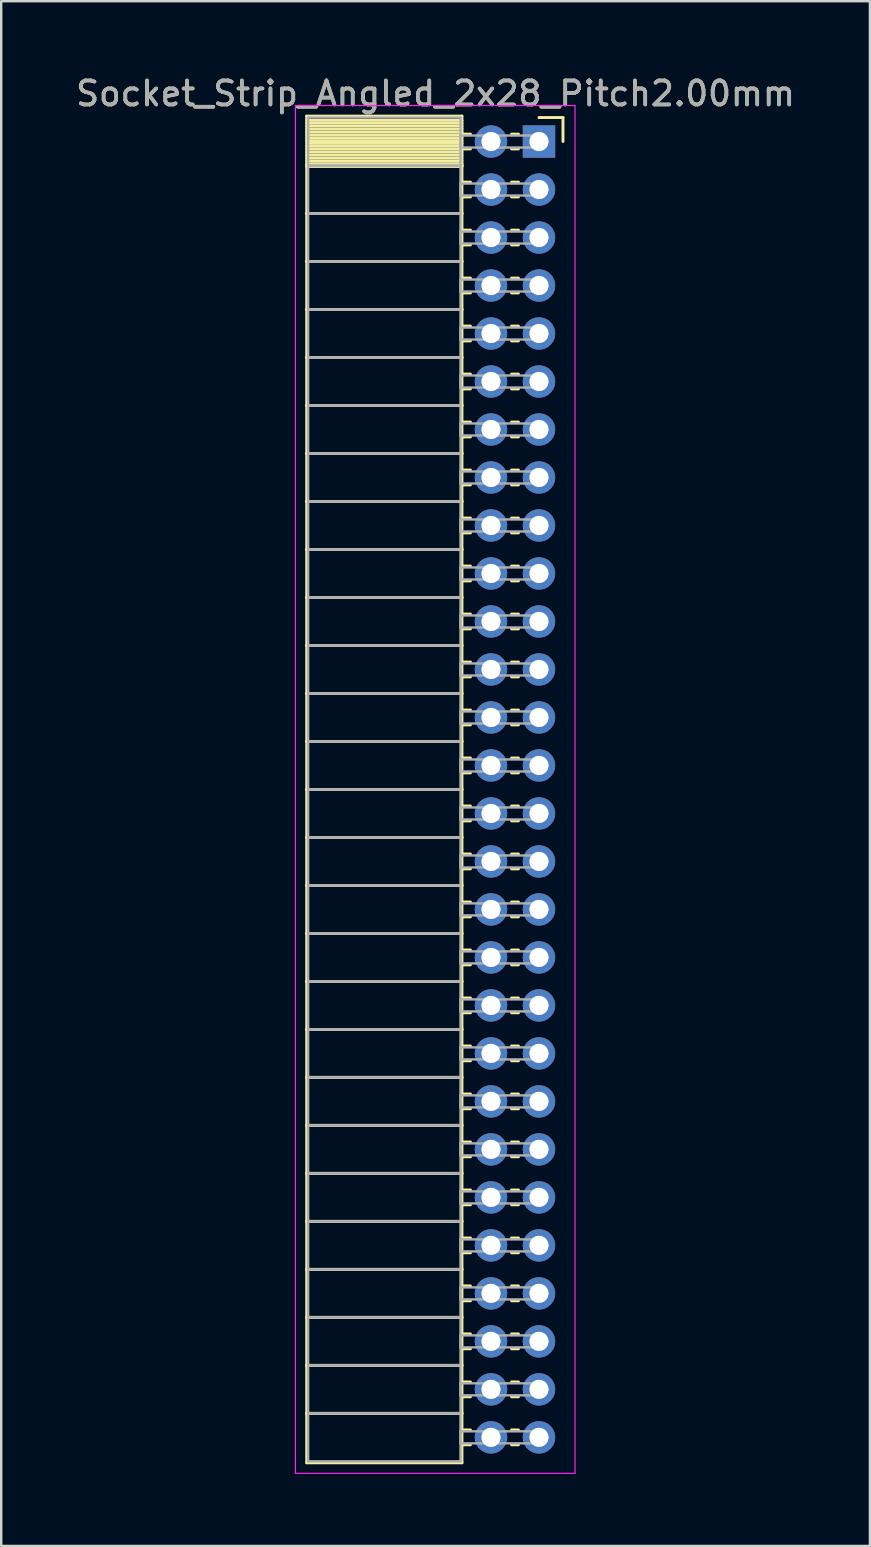
<source format=kicad_pcb>
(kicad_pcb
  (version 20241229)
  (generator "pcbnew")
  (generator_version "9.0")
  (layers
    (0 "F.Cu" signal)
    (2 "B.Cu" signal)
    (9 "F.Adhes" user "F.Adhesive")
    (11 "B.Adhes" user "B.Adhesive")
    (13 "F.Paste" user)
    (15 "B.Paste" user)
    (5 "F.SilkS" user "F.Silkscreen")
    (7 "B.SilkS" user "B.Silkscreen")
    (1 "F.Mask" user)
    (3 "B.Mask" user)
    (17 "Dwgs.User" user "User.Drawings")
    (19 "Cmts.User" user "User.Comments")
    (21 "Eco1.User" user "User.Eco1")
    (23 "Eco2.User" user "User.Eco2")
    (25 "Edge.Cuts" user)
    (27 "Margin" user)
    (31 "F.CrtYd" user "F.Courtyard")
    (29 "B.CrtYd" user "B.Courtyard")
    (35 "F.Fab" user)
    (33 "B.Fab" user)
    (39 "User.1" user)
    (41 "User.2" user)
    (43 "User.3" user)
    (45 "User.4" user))
  (footprint "Socket_Strip_Angled_2x28_Pitch2.00mm"
    (layer "F.Cu")
    (at 19.411 2.848)
    (property "Reference" "Socket_Strip_Angled_2x28_Pitch2.00mm" (at -4.31 -2 0) (layer "F.SilkS") (effects (font (size 1 1) (thickness 0.15))))
    (attr through_hole)
    (fp_line (start -9.68 -1.06) (end -3.21 -1.06) (stroke (width 0.12) (type solid)) (layer "F.SilkS"))
    (fp_line (start -9.68 1) (end -9.68 -1.06) (stroke (width 0.12) (type solid)) (layer "F.SilkS"))
    (fp_line (start -9.68 1) (end -3.21 1) (stroke (width 0.12) (type solid)) (layer "F.SilkS"))
    (fp_line (start -9.68 3) (end -9.68 1) (stroke (width 0.12) (type solid)) (layer "F.SilkS"))
    (fp_line (start -9.68 3) (end -3.21 3) (stroke (width 0.12) (type solid)) (layer "F.SilkS"))
    (fp_line (start -9.68 5) (end -9.68 3) (stroke (width 0.12) (type solid)) (layer "F.SilkS"))
    (fp_line (start -9.68 5) (end -3.21 5) (stroke (width 0.12) (type solid)) (layer "F.SilkS"))
    (fp_line (start -9.68 7) (end -9.68 5) (stroke (width 0.12) (type solid)) (layer "F.SilkS"))
    (fp_line (start -9.68 7) (end -3.21 7) (stroke (width 0.12) (type solid)) (layer "F.SilkS"))
    (fp_line (start -9.68 9) (end -9.68 7) (stroke (width 0.12) (type solid)) (layer "F.SilkS"))
    (fp_line (start -9.68 9) (end -3.21 9) (stroke (width 0.12) (type solid)) (layer "F.SilkS"))
    (fp_line (start -9.68 11) (end -9.68 9) (stroke (width 0.12) (type solid)) (layer "F.SilkS"))
    (fp_line (start -9.68 11) (end -3.21 11) (stroke (width 0.12) (type solid)) (layer "F.SilkS"))
    (fp_line (start -9.68 13) (end -9.68 11) (stroke (width 0.12) (type solid)) (layer "F.SilkS"))
    (fp_line (start -9.68 13) (end -3.21 13) (stroke (width 0.12) (type solid)) (layer "F.SilkS"))
    (fp_line (start -9.68 15) (end -9.68 13) (stroke (width 0.12) (type solid)) (layer "F.SilkS"))
    (fp_line (start -9.68 15) (end -3.21 15) (stroke (width 0.12) (type solid)) (layer "F.SilkS"))
    (fp_line (start -9.68 17) (end -9.68 15) (stroke (width 0.12) (type solid)) (layer "F.SilkS"))
    (fp_line (start -9.68 17) (end -3.21 17) (stroke (width 0.12) (type solid)) (layer "F.SilkS"))
    (fp_line (start -9.68 19) (end -9.68 17) (stroke (width 0.12) (type solid)) (layer "F.SilkS"))
    (fp_line (start -9.68 19) (end -3.21 19) (stroke (width 0.12) (type solid)) (layer "F.SilkS"))
    (fp_line (start -9.68 21) (end -9.68 19) (stroke (width 0.12) (type solid)) (layer "F.SilkS"))
    (fp_line (start -9.68 21) (end -3.21 21) (stroke (width 0.12) (type solid)) (layer "F.SilkS"))
    (fp_line (start -9.68 23) (end -9.68 21) (stroke (width 0.12) (type solid)) (layer "F.SilkS"))
    (fp_line (start -9.68 23) (end -3.21 23) (stroke (width 0.12) (type solid)) (layer "F.SilkS"))
    (fp_line (start -9.68 25) (end -9.68 23) (stroke (width 0.12) (type solid)) (layer "F.SilkS"))
    (fp_line (start -9.68 25) (end -3.21 25) (stroke (width 0.12) (type solid)) (layer "F.SilkS"))
    (fp_line (start -9.68 27) (end -9.68 25) (stroke (width 0.12) (type solid)) (layer "F.SilkS"))
    (fp_line (start -9.68 27) (end -3.21 27) (stroke (width 0.12) (type solid)) (layer "F.SilkS"))
    (fp_line (start -9.68 29) (end -9.68 27) (stroke (width 0.12) (type solid)) (layer "F.SilkS"))
    (fp_line (start -9.68 29) (end -3.21 29) (stroke (width 0.12) (type solid)) (layer "F.SilkS"))
    (fp_line (start -9.68 31) (end -9.68 29) (stroke (width 0.12) (type solid)) (layer "F.SilkS"))
    (fp_line (start -9.68 31) (end -3.21 31) (stroke (width 0.12) (type solid)) (layer "F.SilkS"))
    (fp_line (start -9.68 33) (end -9.68 31) (stroke (width 0.12) (type solid)) (layer "F.SilkS"))
    (fp_line (start -9.68 33) (end -3.21 33) (stroke (width 0.12) (type solid)) (layer "F.SilkS"))
    (fp_line (start -9.68 35) (end -9.68 33) (stroke (width 0.12) (type solid)) (layer "F.SilkS"))
    (fp_line (start -9.68 35) (end -3.21 35) (stroke (width 0.12) (type solid)) (layer "F.SilkS"))
    (fp_line (start -9.68 37) (end -9.68 35) (stroke (width 0.12) (type solid)) (layer "F.SilkS"))
    (fp_line (start -9.68 37) (end -3.21 37) (stroke (width 0.12) (type solid)) (layer "F.SilkS"))
    (fp_line (start -9.68 39) (end -9.68 37) (stroke (width 0.12) (type solid)) (layer "F.SilkS"))
    (fp_line (start -9.68 39) (end -3.21 39) (stroke (width 0.12) (type solid)) (layer "F.SilkS"))
    (fp_line (start -9.68 41) (end -9.68 39) (stroke (width 0.12) (type solid)) (layer "F.SilkS"))
    (fp_line (start -9.68 41) (end -3.21 41) (stroke (width 0.12) (type solid)) (layer "F.SilkS"))
    (fp_line (start -9.68 43) (end -9.68 41) (stroke (width 0.12) (type solid)) (layer "F.SilkS"))
    (fp_line (start -9.68 43) (end -3.21 43) (stroke (width 0.12) (type solid)) (layer "F.SilkS"))
    (fp_line (start -9.68 45) (end -9.68 43) (stroke (width 0.12) (type solid)) (layer "F.SilkS"))
    (fp_line (start -9.68 45) (end -3.21 45) (stroke (width 0.12) (type solid)) (layer "F.SilkS"))
    (fp_line (start -9.68 47) (end -9.68 45) (stroke (width 0.12) (type solid)) (layer "F.SilkS"))
    (fp_line (start -9.68 47) (end -3.21 47) (stroke (width 0.12) (type solid)) (layer "F.SilkS"))
    (fp_line (start -9.68 49) (end -9.68 47) (stroke (width 0.12) (type solid)) (layer "F.SilkS"))
    (fp_line (start -9.68 49) (end -3.21 49) (stroke (width 0.12) (type solid)) (layer "F.SilkS"))
    (fp_line (start -9.68 51) (end -9.68 49) (stroke (width 0.12) (type solid)) (layer "F.SilkS"))
    (fp_line (start -9.68 51) (end -3.21 51) (stroke (width 0.12) (type solid)) (layer "F.SilkS"))
    (fp_line (start -9.68 53) (end -9.68 51) (stroke (width 0.12) (type solid)) (layer "F.SilkS"))
    (fp_line (start -9.68 53) (end -3.21 53) (stroke (width 0.12) (type solid)) (layer "F.SilkS"))
    (fp_line (start -9.68 55.06) (end -9.68 53) (stroke (width 0.12) (type solid)) (layer "F.SilkS"))
    (fp_line (start -3.21 -1.06) (end -3.21 1) (stroke (width 0.12) (type solid)) (layer "F.SilkS"))
    (fp_line (start -3.21 -0.88) (end -9.68 -0.88) (stroke (width 0.12) (type solid)) (layer "F.SilkS"))
    (fp_line (start -3.21 -0.76) (end -9.68 -0.76) (stroke (width 0.12) (type solid)) (layer "F.SilkS"))
    (fp_line (start -3.21 -0.64) (end -9.68 -0.64) (stroke (width 0.12) (type solid)) (layer "F.SilkS"))
    (fp_line (start -3.21 -0.52) (end -9.68 -0.52) (stroke (width 0.12) (type solid)) (layer "F.SilkS"))
    (fp_line (start -3.21 -0.4) (end -9.68 -0.4) (stroke (width 0.12) (type solid)) (layer "F.SilkS"))
    (fp_line (start -3.21 -0.28) (end -9.68 -0.28) (stroke (width 0.12) (type solid)) (layer "F.SilkS"))
    (fp_line (start -3.21 -0.16) (end -9.68 -0.16) (stroke (width 0.12) (type solid)) (layer "F.SilkS"))
    (fp_line (start -3.21 -0.04) (end -9.68 -0.04) (stroke (width 0.12) (type solid)) (layer "F.SilkS"))
    (fp_line (start -3.21 0.08) (end -9.68 0.08) (stroke (width 0.12) (type solid)) (layer "F.SilkS"))
    (fp_line (start -3.21 0.2) (end -9.68 0.2) (stroke (width 0.12) (type solid)) (layer "F.SilkS"))
    (fp_line (start -3.21 0.32) (end -9.68 0.32) (stroke (width 0.12) (type solid)) (layer "F.SilkS"))
    (fp_line (start -3.21 0.44) (end -9.68 0.44) (stroke (width 0.12) (type solid)) (layer "F.SilkS"))
    (fp_line (start -3.21 0.56) (end -9.68 0.56) (stroke (width 0.12) (type solid)) (layer "F.SilkS"))
    (fp_line (start -3.21 0.68) (end -9.68 0.68) (stroke (width 0.12) (type solid)) (layer "F.SilkS"))
    (fp_line (start -3.21 0.8) (end -9.68 0.8) (stroke (width 0.12) (type solid)) (layer "F.SilkS"))
    (fp_line (start -3.21 0.92) (end -9.68 0.92) (stroke (width 0.12) (type solid)) (layer "F.SilkS"))
    (fp_line (start -3.21 1) (end -9.68 1) (stroke (width 0.12) (type solid)) (layer "F.SilkS"))
    (fp_line (start -3.21 1) (end -3.21 3) (stroke (width 0.12) (type solid)) (layer "F.SilkS"))
    (fp_line (start -3.21 1.04) (end -9.68 1.04) (stroke (width 0.12) (type solid)) (layer "F.SilkS"))
    (fp_line (start -3.21 3) (end -9.68 3) (stroke (width 0.12) (type solid)) (layer "F.SilkS"))
    (fp_line (start -3.21 3) (end -3.21 5) (stroke (width 0.12) (type solid)) (layer "F.SilkS"))
    (fp_line (start -3.21 5) (end -9.68 5) (stroke (width 0.12) (type solid)) (layer "F.SilkS"))
    (fp_line (start -3.21 5) (end -3.21 7) (stroke (width 0.12) (type solid)) (layer "F.SilkS"))
    (fp_line (start -3.21 7) (end -9.68 7) (stroke (width 0.12) (type solid)) (layer "F.SilkS"))
    (fp_line (start -3.21 7) (end -3.21 9) (stroke (width 0.12) (type solid)) (layer "F.SilkS"))
    (fp_line (start -3.21 9) (end -9.68 9) (stroke (width 0.12) (type solid)) (layer "F.SilkS"))
    (fp_line (start -3.21 9) (end -3.21 11) (stroke (width 0.12) (type solid)) (layer "F.SilkS"))
    (fp_line (start -3.21 11) (end -9.68 11) (stroke (width 0.12) (type solid)) (layer "F.SilkS"))
    (fp_line (start -3.21 11) (end -3.21 13) (stroke (width 0.12) (type solid)) (layer "F.SilkS"))
    (fp_line (start -3.21 13) (end -9.68 13) (stroke (width 0.12) (type solid)) (layer "F.SilkS"))
    (fp_line (start -3.21 13) (end -3.21 15) (stroke (width 0.12) (type solid)) (layer "F.SilkS"))
    (fp_line (start -3.21 15) (end -9.68 15) (stroke (width 0.12) (type solid)) (layer "F.SilkS"))
    (fp_line (start -3.21 15) (end -3.21 17) (stroke (width 0.12) (type solid)) (layer "F.SilkS"))
    (fp_line (start -3.21 17) (end -9.68 17) (stroke (width 0.12) (type solid)) (layer "F.SilkS"))
    (fp_line (start -3.21 17) (end -3.21 19) (stroke (width 0.12) (type solid)) (layer "F.SilkS"))
    (fp_line (start -3.21 19) (end -9.68 19) (stroke (width 0.12) (type solid)) (layer "F.SilkS"))
    (fp_line (start -3.21 19) (end -3.21 21) (stroke (width 0.12) (type solid)) (layer "F.SilkS"))
    (fp_line (start -3.21 21) (end -9.68 21) (stroke (width 0.12) (type solid)) (layer "F.SilkS"))
    (fp_line (start -3.21 21) (end -3.21 23) (stroke (width 0.12) (type solid)) (layer "F.SilkS"))
    (fp_line (start -3.21 23) (end -9.68 23) (stroke (width 0.12) (type solid)) (layer "F.SilkS"))
    (fp_line (start -3.21 23) (end -3.21 25) (stroke (width 0.12) (type solid)) (layer "F.SilkS"))
    (fp_line (start -3.21 25) (end -9.68 25) (stroke (width 0.12) (type solid)) (layer "F.SilkS"))
    (fp_line (start -3.21 25) (end -3.21 27) (stroke (width 0.12) (type solid)) (layer "F.SilkS"))
    (fp_line (start -3.21 27) (end -9.68 27) (stroke (width 0.12) (type solid)) (layer "F.SilkS"))
    (fp_line (start -3.21 27) (end -3.21 29) (stroke (width 0.12) (type solid)) (layer "F.SilkS"))
    (fp_line (start -3.21 29) (end -9.68 29) (stroke (width 0.12) (type solid)) (layer "F.SilkS"))
    (fp_line (start -3.21 29) (end -3.21 31) (stroke (width 0.12) (type solid)) (layer "F.SilkS"))
    (fp_line (start -3.21 31) (end -9.68 31) (stroke (width 0.12) (type solid)) (layer "F.SilkS"))
    (fp_line (start -3.21 31) (end -3.21 33) (stroke (width 0.12) (type solid)) (layer "F.SilkS"))
    (fp_line (start -3.21 33) (end -9.68 33) (stroke (width 0.12) (type solid)) (layer "F.SilkS"))
    (fp_line (start -3.21 33) (end -3.21 35) (stroke (width 0.12) (type solid)) (layer "F.SilkS"))
    (fp_line (start -3.21 35) (end -9.68 35) (stroke (width 0.12) (type solid)) (layer "F.SilkS"))
    (fp_line (start -3.21 35) (end -3.21 37) (stroke (width 0.12) (type solid)) (layer "F.SilkS"))
    (fp_line (start -3.21 37) (end -9.68 37) (stroke (width 0.12) (type solid)) (layer "F.SilkS"))
    (fp_line (start -3.21 37) (end -3.21 39) (stroke (width 0.12) (type solid)) (layer "F.SilkS"))
    (fp_line (start -3.21 39) (end -9.68 39) (stroke (width 0.12) (type solid)) (layer "F.SilkS"))
    (fp_line (start -3.21 39) (end -3.21 41) (stroke (width 0.12) (type solid)) (layer "F.SilkS"))
    (fp_line (start -3.21 41) (end -9.68 41) (stroke (width 0.12) (type solid)) (layer "F.SilkS"))
    (fp_line (start -3.21 41) (end -3.21 43) (stroke (width 0.12) (type solid)) (layer "F.SilkS"))
    (fp_line (start -3.21 43) (end -9.68 43) (stroke (width 0.12) (type solid)) (layer "F.SilkS"))
    (fp_line (start -3.21 43) (end -3.21 45) (stroke (width 0.12) (type solid)) (layer "F.SilkS"))
    (fp_line (start -3.21 45) (end -9.68 45) (stroke (width 0.12) (type solid)) (layer "F.SilkS"))
    (fp_line (start -3.21 45) (end -3.21 47) (stroke (width 0.12) (type solid)) (layer "F.SilkS"))
    (fp_line (start -3.21 47) (end -9.68 47) (stroke (width 0.12) (type solid)) (layer "F.SilkS"))
    (fp_line (start -3.21 47) (end -3.21 49) (stroke (width 0.12) (type solid)) (layer "F.SilkS"))
    (fp_line (start -3.21 49) (end -9.68 49) (stroke (width 0.12) (type solid)) (layer "F.SilkS"))
    (fp_line (start -3.21 49) (end -3.21 51) (stroke (width 0.12) (type solid)) (layer "F.SilkS"))
    (fp_line (start -3.21 51) (end -9.68 51) (stroke (width 0.12) (type solid)) (layer "F.SilkS"))
    (fp_line (start -3.21 51) (end -3.21 53) (stroke (width 0.12) (type solid)) (layer "F.SilkS"))
    (fp_line (start -3.21 53) (end -9.68 53) (stroke (width 0.12) (type solid)) (layer "F.SilkS"))
    (fp_line (start -3.21 53) (end -3.21 55.06) (stroke (width 0.12) (type solid)) (layer "F.SilkS"))
    (fp_line (start -3.21 55.06) (end -9.68 55.06) (stroke (width 0.12) (type solid)) (layer "F.SilkS"))
    (fp_line (start -2.855 -0.31) (end -3.21 -0.31) (stroke (width 0.12) (type solid)) (layer "F.SilkS"))
    (fp_line (start -2.855 0.31) (end -3.21 0.31) (stroke (width 0.12) (type solid)) (layer "F.SilkS"))
    (fp_line (start -2.855 1.69) (end -3.21 1.69) (stroke (width 0.12) (type solid)) (layer "F.SilkS"))
    (fp_line (start -2.855 2.31) (end -3.21 2.31) (stroke (width 0.12) (type solid)) (layer "F.SilkS"))
    (fp_line (start -2.855 3.69) (end -3.21 3.69) (stroke (width 0.12) (type solid)) (layer "F.SilkS"))
    (fp_line (start -2.855 4.31) (end -3.21 4.31) (stroke (width 0.12) (type solid)) (layer "F.SilkS"))
    (fp_line (start -2.855 5.69) (end -3.21 5.69) (stroke (width 0.12) (type solid)) (layer "F.SilkS"))
    (fp_line (start -2.855 6.31) (end -3.21 6.31) (stroke (width 0.12) (type solid)) (layer "F.SilkS"))
    (fp_line (start -2.855 7.69) (end -3.21 7.69) (stroke (width 0.12) (type solid)) (layer "F.SilkS"))
    (fp_line (start -2.855 8.31) (end -3.21 8.31) (stroke (width 0.12) (type solid)) (layer "F.SilkS"))
    (fp_line (start -2.855 9.69) (end -3.21 9.69) (stroke (width 0.12) (type solid)) (layer "F.SilkS"))
    (fp_line (start -2.855 10.31) (end -3.21 10.31) (stroke (width 0.12) (type solid)) (layer "F.SilkS"))
    (fp_line (start -2.855 11.69) (end -3.21 11.69) (stroke (width 0.12) (type solid)) (layer "F.SilkS"))
    (fp_line (start -2.855 12.31) (end -3.21 12.31) (stroke (width 0.12) (type solid)) (layer "F.SilkS"))
    (fp_line (start -2.855 13.69) (end -3.21 13.69) (stroke (width 0.12) (type solid)) (layer "F.SilkS"))
    (fp_line (start -2.855 14.31) (end -3.21 14.31) (stroke (width 0.12) (type solid)) (layer "F.SilkS"))
    (fp_line (start -2.855 15.69) (end -3.21 15.69) (stroke (width 0.12) (type solid)) (layer "F.SilkS"))
    (fp_line (start -2.855 16.31) (end -3.21 16.31) (stroke (width 0.12) (type solid)) (layer "F.SilkS"))
    (fp_line (start -2.855 17.69) (end -3.21 17.69) (stroke (width 0.12) (type solid)) (layer "F.SilkS"))
    (fp_line (start -2.855 18.31) (end -3.21 18.31) (stroke (width 0.12) (type solid)) (layer "F.SilkS"))
    (fp_line (start -2.855 19.69) (end -3.21 19.69) (stroke (width 0.12) (type solid)) (layer "F.SilkS"))
    (fp_line (start -2.855 20.31) (end -3.21 20.31) (stroke (width 0.12) (type solid)) (layer "F.SilkS"))
    (fp_line (start -2.855 21.69) (end -3.21 21.69) (stroke (width 0.12) (type solid)) (layer "F.SilkS"))
    (fp_line (start -2.855 22.31) (end -3.21 22.31) (stroke (width 0.12) (type solid)) (layer "F.SilkS"))
    (fp_line (start -2.855 23.69) (end -3.21 23.69) (stroke (width 0.12) (type solid)) (layer "F.SilkS"))
    (fp_line (start -2.855 24.31) (end -3.21 24.31) (stroke (width 0.12) (type solid)) (layer "F.SilkS"))
    (fp_line (start -2.855 25.69) (end -3.21 25.69) (stroke (width 0.12) (type solid)) (layer "F.SilkS"))
    (fp_line (start -2.855 26.31) (end -3.21 26.31) (stroke (width 0.12) (type solid)) (layer "F.SilkS"))
    (fp_line (start -2.855 27.69) (end -3.21 27.69) (stroke (width 0.12) (type solid)) (layer "F.SilkS"))
    (fp_line (start -2.855 28.31) (end -3.21 28.31) (stroke (width 0.12) (type solid)) (layer "F.SilkS"))
    (fp_line (start -2.855 29.69) (end -3.21 29.69) (stroke (width 0.12) (type solid)) (layer "F.SilkS"))
    (fp_line (start -2.855 30.31) (end -3.21 30.31) (stroke (width 0.12) (type solid)) (layer "F.SilkS"))
    (fp_line (start -2.855 31.69) (end -3.21 31.69) (stroke (width 0.12) (type solid)) (layer "F.SilkS"))
    (fp_line (start -2.855 32.31) (end -3.21 32.31) (stroke (width 0.12) (type solid)) (layer "F.SilkS"))
    (fp_line (start -2.855 33.69) (end -3.21 33.69) (stroke (width 0.12) (type solid)) (layer "F.SilkS"))
    (fp_line (start -2.855 34.31) (end -3.21 34.31) (stroke (width 0.12) (type solid)) (layer "F.SilkS"))
    (fp_line (start -2.855 35.69) (end -3.21 35.69) (stroke (width 0.12) (type solid)) (layer "F.SilkS"))
    (fp_line (start -2.855 36.31) (end -3.21 36.31) (stroke (width 0.12) (type solid)) (layer "F.SilkS"))
    (fp_line (start -2.855 37.69) (end -3.21 37.69) (stroke (width 0.12) (type solid)) (layer "F.SilkS"))
    (fp_line (start -2.855 38.31) (end -3.21 38.31) (stroke (width 0.12) (type solid)) (layer "F.SilkS"))
    (fp_line (start -2.855 39.69) (end -3.21 39.69) (stroke (width 0.12) (type solid)) (layer "F.SilkS"))
    (fp_line (start -2.855 40.31) (end -3.21 40.31) (stroke (width 0.12) (type solid)) (layer "F.SilkS"))
    (fp_line (start -2.855 41.69) (end -3.21 41.69) (stroke (width 0.12) (type solid)) (layer "F.SilkS"))
    (fp_line (start -2.855 42.31) (end -3.21 42.31) (stroke (width 0.12) (type solid)) (layer "F.SilkS"))
    (fp_line (start -2.855 43.69) (end -3.21 43.69) (stroke (width 0.12) (type solid)) (layer "F.SilkS"))
    (fp_line (start -2.855 44.31) (end -3.21 44.31) (stroke (width 0.12) (type solid)) (layer "F.SilkS"))
    (fp_line (start -2.855 45.69) (end -3.21 45.69) (stroke (width 0.12) (type solid)) (layer "F.SilkS"))
    (fp_line (start -2.855 46.31) (end -3.21 46.31) (stroke (width 0.12) (type solid)) (layer "F.SilkS"))
    (fp_line (start -2.855 47.69) (end -3.21 47.69) (stroke (width 0.12) (type solid)) (layer "F.SilkS"))
    (fp_line (start -2.855 48.31) (end -3.21 48.31) (stroke (width 0.12) (type solid)) (layer "F.SilkS"))
    (fp_line (start -2.855 49.69) (end -3.21 49.69) (stroke (width 0.12) (type solid)) (layer "F.SilkS"))
    (fp_line (start -2.855 50.31) (end -3.21 50.31) (stroke (width 0.12) (type solid)) (layer "F.SilkS"))
    (fp_line (start -2.855 51.69) (end -3.21 51.69) (stroke (width 0.12) (type solid)) (layer "F.SilkS"))
    (fp_line (start -2.855 52.31) (end -3.21 52.31) (stroke (width 0.12) (type solid)) (layer "F.SilkS"))
    (fp_line (start -2.855 53.69) (end -3.21 53.69) (stroke (width 0.12) (type solid)) (layer "F.SilkS"))
    (fp_line (start -2.855 54.31) (end -3.21 54.31) (stroke (width 0.12) (type solid)) (layer "F.SilkS"))
    (fp_line (start -0.855 -0.31) (end -1.145 -0.31) (stroke (width 0.12) (type solid)) (layer "F.SilkS"))
    (fp_line (start -0.855 0.31) (end -1.145 0.31) (stroke (width 0.12) (type solid)) (layer "F.SilkS"))
    (fp_line (start -0.855 1.69) (end -1.145 1.69) (stroke (width 0.12) (type solid)) (layer "F.SilkS"))
    (fp_line (start -0.855 2.31) (end -1.145 2.31) (stroke (width 0.12) (type solid)) (layer "F.SilkS"))
    (fp_line (start -0.855 3.69) (end -1.145 3.69) (stroke (width 0.12) (type solid)) (layer "F.SilkS"))
    (fp_line (start -0.855 4.31) (end -1.145 4.31) (stroke (width 0.12) (type solid)) (layer "F.SilkS"))
    (fp_line (start -0.855 5.69) (end -1.145 5.69) (stroke (width 0.12) (type solid)) (layer "F.SilkS"))
    (fp_line (start -0.855 6.31) (end -1.145 6.31) (stroke (width 0.12) (type solid)) (layer "F.SilkS"))
    (fp_line (start -0.855 7.69) (end -1.145 7.69) (stroke (width 0.12) (type solid)) (layer "F.SilkS"))
    (fp_line (start -0.855 8.31) (end -1.145 8.31) (stroke (width 0.12) (type solid)) (layer "F.SilkS"))
    (fp_line (start -0.855 9.69) (end -1.145 9.69) (stroke (width 0.12) (type solid)) (layer "F.SilkS"))
    (fp_line (start -0.855 10.31) (end -1.145 10.31) (stroke (width 0.12) (type solid)) (layer "F.SilkS"))
    (fp_line (start -0.855 11.69) (end -1.145 11.69) (stroke (width 0.12) (type solid)) (layer "F.SilkS"))
    (fp_line (start -0.855 12.31) (end -1.145 12.31) (stroke (width 0.12) (type solid)) (layer "F.SilkS"))
    (fp_line (start -0.855 13.69) (end -1.145 13.69) (stroke (width 0.12) (type solid)) (layer "F.SilkS"))
    (fp_line (start -0.855 14.31) (end -1.145 14.31) (stroke (width 0.12) (type solid)) (layer "F.SilkS"))
    (fp_line (start -0.855 15.69) (end -1.145 15.69) (stroke (width 0.12) (type solid)) (layer "F.SilkS"))
    (fp_line (start -0.855 16.31) (end -1.145 16.31) (stroke (width 0.12) (type solid)) (layer "F.SilkS"))
    (fp_line (start -0.855 17.69) (end -1.145 17.69) (stroke (width 0.12) (type solid)) (layer "F.SilkS"))
    (fp_line (start -0.855 18.31) (end -1.145 18.31) (stroke (width 0.12) (type solid)) (layer "F.SilkS"))
    (fp_line (start -0.855 19.69) (end -1.145 19.69) (stroke (width 0.12) (type solid)) (layer "F.SilkS"))
    (fp_line (start -0.855 20.31) (end -1.145 20.31) (stroke (width 0.12) (type solid)) (layer "F.SilkS"))
    (fp_line (start -0.855 21.69) (end -1.145 21.69) (stroke (width 0.12) (type solid)) (layer "F.SilkS"))
    (fp_line (start -0.855 22.31) (end -1.145 22.31) (stroke (width 0.12) (type solid)) (layer "F.SilkS"))
    (fp_line (start -0.855 23.69) (end -1.145 23.69) (stroke (width 0.12) (type solid)) (layer "F.SilkS"))
    (fp_line (start -0.855 24.31) (end -1.145 24.31) (stroke (width 0.12) (type solid)) (layer "F.SilkS"))
    (fp_line (start -0.855 25.69) (end -1.145 25.69) (stroke (width 0.12) (type solid)) (layer "F.SilkS"))
    (fp_line (start -0.855 26.31) (end -1.145 26.31) (stroke (width 0.12) (type solid)) (layer "F.SilkS"))
    (fp_line (start -0.855 27.69) (end -1.145 27.69) (stroke (width 0.12) (type solid)) (layer "F.SilkS"))
    (fp_line (start -0.855 28.31) (end -1.145 28.31) (stroke (width 0.12) (type solid)) (layer "F.SilkS"))
    (fp_line (start -0.855 29.69) (end -1.145 29.69) (stroke (width 0.12) (type solid)) (layer "F.SilkS"))
    (fp_line (start -0.855 30.31) (end -1.145 30.31) (stroke (width 0.12) (type solid)) (layer "F.SilkS"))
    (fp_line (start -0.855 31.69) (end -1.145 31.69) (stroke (width 0.12) (type solid)) (layer "F.SilkS"))
    (fp_line (start -0.855 32.31) (end -1.145 32.31) (stroke (width 0.12) (type solid)) (layer "F.SilkS"))
    (fp_line (start -0.855 33.69) (end -1.145 33.69) (stroke (width 0.12) (type solid)) (layer "F.SilkS"))
    (fp_line (start -0.855 34.31) (end -1.145 34.31) (stroke (width 0.12) (type solid)) (layer "F.SilkS"))
    (fp_line (start -0.855 35.69) (end -1.145 35.69) (stroke (width 0.12) (type solid)) (layer "F.SilkS"))
    (fp_line (start -0.855 36.31) (end -1.145 36.31) (stroke (width 0.12) (type solid)) (layer "F.SilkS"))
    (fp_line (start -0.855 37.69) (end -1.145 37.69) (stroke (width 0.12) (type solid)) (layer "F.SilkS"))
    (fp_line (start -0.855 38.31) (end -1.145 38.31) (stroke (width 0.12) (type solid)) (layer "F.SilkS"))
    (fp_line (start -0.855 39.69) (end -1.145 39.69) (stroke (width 0.12) (type solid)) (layer "F.SilkS"))
    (fp_line (start -0.855 40.31) (end -1.145 40.31) (stroke (width 0.12) (type solid)) (layer "F.SilkS"))
    (fp_line (start -0.855 41.69) (end -1.145 41.69) (stroke (width 0.12) (type solid)) (layer "F.SilkS"))
    (fp_line (start -0.855 42.31) (end -1.145 42.31) (stroke (width 0.12) (type solid)) (layer "F.SilkS"))
    (fp_line (start -0.855 43.69) (end -1.145 43.69) (stroke (width 0.12) (type solid)) (layer "F.SilkS"))
    (fp_line (start -0.855 44.31) (end -1.145 44.31) (stroke (width 0.12) (type solid)) (layer "F.SilkS"))
    (fp_line (start -0.855 45.69) (end -1.145 45.69) (stroke (width 0.12) (type solid)) (layer "F.SilkS"))
    (fp_line (start -0.855 46.31) (end -1.145 46.31) (stroke (width 0.12) (type solid)) (layer "F.SilkS"))
    (fp_line (start -0.855 47.69) (end -1.145 47.69) (stroke (width 0.12) (type solid)) (layer "F.SilkS"))
    (fp_line (start -0.855 48.31) (end -1.145 48.31) (stroke (width 0.12) (type solid)) (layer "F.SilkS"))
    (fp_line (start -0.855 49.69) (end -1.145 49.69) (stroke (width 0.12) (type solid)) (layer "F.SilkS"))
    (fp_line (start -0.855 50.31) (end -1.145 50.31) (stroke (width 0.12) (type solid)) (layer "F.SilkS"))
    (fp_line (start -0.855 51.69) (end -1.145 51.69) (stroke (width 0.12) (type solid)) (layer "F.SilkS"))
    (fp_line (start -0.855 52.31) (end -1.145 52.31) (stroke (width 0.12) (type solid)) (layer "F.SilkS"))
    (fp_line (start -0.855 53.69) (end -1.145 53.69) (stroke (width 0.12) (type solid)) (layer "F.SilkS"))
    (fp_line (start -0.855 54.31) (end -1.145 54.31) (stroke (width 0.12) (type solid)) (layer "F.SilkS"))
    (fp_line (start 0 -1) (end 1 -1) (stroke (width 0.12) (type solid)) (layer "F.SilkS"))
    (fp_line (start 1 -1) (end 1 0) (stroke (width 0.12) (type solid)) (layer "F.SilkS"))
    (fp_line (start -10.15 -1.5) (end 1.5 -1.5) (stroke (width 0.05) (type solid)) (layer "F.CrtYd"))
    (fp_line (start -10.15 55.5) (end -10.15 -1.5) (stroke (width 0.05) (type solid)) (layer "F.CrtYd"))
    (fp_line (start 1.5 -1.5) (end 1.5 55.5) (stroke (width 0.05) (type solid)) (layer "F.CrtYd"))
    (fp_line (start 1.5 55.5) (end -10.15 55.5) (stroke (width 0.05) (type solid)) (layer "F.CrtYd"))
    (fp_line (start -9.62 -1) (end -3.27 -1) (stroke (width 0.1) (type solid)) (layer "F.Fab"))
    (fp_line (start -9.62 1) (end -9.62 -1) (stroke (width 0.1) (type solid)) (layer "F.Fab"))
    (fp_line (start -9.62 1) (end -3.27 1) (stroke (width 0.1) (type solid)) (layer "F.Fab"))
    (fp_line (start -9.62 3) (end -9.62 1) (stroke (width 0.1) (type solid)) (layer "F.Fab"))
    (fp_line (start -9.62 3) (end -3.27 3) (stroke (width 0.1) (type solid)) (layer "F.Fab"))
    (fp_line (start -9.62 5) (end -9.62 3) (stroke (width 0.1) (type solid)) (layer "F.Fab"))
    (fp_line (start -9.62 5) (end -3.27 5) (stroke (width 0.1) (type solid)) (layer "F.Fab"))
    (fp_line (start -9.62 7) (end -9.62 5) (stroke (width 0.1) (type solid)) (layer "F.Fab"))
    (fp_line (start -9.62 7) (end -3.27 7) (stroke (width 0.1) (type solid)) (layer "F.Fab"))
    (fp_line (start -9.62 9) (end -9.62 7) (stroke (width 0.1) (type solid)) (layer "F.Fab"))
    (fp_line (start -9.62 9) (end -3.27 9) (stroke (width 0.1) (type solid)) (layer "F.Fab"))
    (fp_line (start -9.62 11) (end -9.62 9) (stroke (width 0.1) (type solid)) (layer "F.Fab"))
    (fp_line (start -9.62 11) (end -3.27 11) (stroke (width 0.1) (type solid)) (layer "F.Fab"))
    (fp_line (start -9.62 13) (end -9.62 11) (stroke (width 0.1) (type solid)) (layer "F.Fab"))
    (fp_line (start -9.62 13) (end -3.27 13) (stroke (width 0.1) (type solid)) (layer "F.Fab"))
    (fp_line (start -9.62 15) (end -9.62 13) (stroke (width 0.1) (type solid)) (layer "F.Fab"))
    (fp_line (start -9.62 15) (end -3.27 15) (stroke (width 0.1) (type solid)) (layer "F.Fab"))
    (fp_line (start -9.62 17) (end -9.62 15) (stroke (width 0.1) (type solid)) (layer "F.Fab"))
    (fp_line (start -9.62 17) (end -3.27 17) (stroke (width 0.1) (type solid)) (layer "F.Fab"))
    (fp_line (start -9.62 19) (end -9.62 17) (stroke (width 0.1) (type solid)) (layer "F.Fab"))
    (fp_line (start -9.62 19) (end -3.27 19) (stroke (width 0.1) (type solid)) (layer "F.Fab"))
    (fp_line (start -9.62 21) (end -9.62 19) (stroke (width 0.1) (type solid)) (layer "F.Fab"))
    (fp_line (start -9.62 21) (end -3.27 21) (stroke (width 0.1) (type solid)) (layer "F.Fab"))
    (fp_line (start -9.62 23) (end -9.62 21) (stroke (width 0.1) (type solid)) (layer "F.Fab"))
    (fp_line (start -9.62 23) (end -3.27 23) (stroke (width 0.1) (type solid)) (layer "F.Fab"))
    (fp_line (start -9.62 25) (end -9.62 23) (stroke (width 0.1) (type solid)) (layer "F.Fab"))
    (fp_line (start -9.62 25) (end -3.27 25) (stroke (width 0.1) (type solid)) (layer "F.Fab"))
    (fp_line (start -9.62 27) (end -9.62 25) (stroke (width 0.1) (type solid)) (layer "F.Fab"))
    (fp_line (start -9.62 27) (end -3.27 27) (stroke (width 0.1) (type solid)) (layer "F.Fab"))
    (fp_line (start -9.62 29) (end -9.62 27) (stroke (width 0.1) (type solid)) (layer "F.Fab"))
    (fp_line (start -9.62 29) (end -3.27 29) (stroke (width 0.1) (type solid)) (layer "F.Fab"))
    (fp_line (start -9.62 31) (end -9.62 29) (stroke (width 0.1) (type solid)) (layer "F.Fab"))
    (fp_line (start -9.62 31) (end -3.27 31) (stroke (width 0.1) (type solid)) (layer "F.Fab"))
    (fp_line (start -9.62 33) (end -9.62 31) (stroke (width 0.1) (type solid)) (layer "F.Fab"))
    (fp_line (start -9.62 33) (end -3.27 33) (stroke (width 0.1) (type solid)) (layer "F.Fab"))
    (fp_line (start -9.62 35) (end -9.62 33) (stroke (width 0.1) (type solid)) (layer "F.Fab"))
    (fp_line (start -9.62 35) (end -3.27 35) (stroke (width 0.1) (type solid)) (layer "F.Fab"))
    (fp_line (start -9.62 37) (end -9.62 35) (stroke (width 0.1) (type solid)) (layer "F.Fab"))
    (fp_line (start -9.62 37) (end -3.27 37) (stroke (width 0.1) (type solid)) (layer "F.Fab"))
    (fp_line (start -9.62 39) (end -9.62 37) (stroke (width 0.1) (type solid)) (layer "F.Fab"))
    (fp_line (start -9.62 39) (end -3.27 39) (stroke (width 0.1) (type solid)) (layer "F.Fab"))
    (fp_line (start -9.62 41) (end -9.62 39) (stroke (width 0.1) (type solid)) (layer "F.Fab"))
    (fp_line (start -9.62 41) (end -3.27 41) (stroke (width 0.1) (type solid)) (layer "F.Fab"))
    (fp_line (start -9.62 43) (end -9.62 41) (stroke (width 0.1) (type solid)) (layer "F.Fab"))
    (fp_line (start -9.62 43) (end -3.27 43) (stroke (width 0.1) (type solid)) (layer "F.Fab"))
    (fp_line (start -9.62 45) (end -9.62 43) (stroke (width 0.1) (type solid)) (layer "F.Fab"))
    (fp_line (start -9.62 45) (end -3.27 45) (stroke (width 0.1) (type solid)) (layer "F.Fab"))
    (fp_line (start -9.62 47) (end -9.62 45) (stroke (width 0.1) (type solid)) (layer "F.Fab"))
    (fp_line (start -9.62 47) (end -3.27 47) (stroke (width 0.1) (type solid)) (layer "F.Fab"))
    (fp_line (start -9.62 49) (end -9.62 47) (stroke (width 0.1) (type solid)) (layer "F.Fab"))
    (fp_line (start -9.62 49) (end -3.27 49) (stroke (width 0.1) (type solid)) (layer "F.Fab"))
    (fp_line (start -9.62 51) (end -9.62 49) (stroke (width 0.1) (type solid)) (layer "F.Fab"))
    (fp_line (start -9.62 51) (end -3.27 51) (stroke (width 0.1) (type solid)) (layer "F.Fab"))
    (fp_line (start -9.62 53) (end -9.62 51) (stroke (width 0.1) (type solid)) (layer "F.Fab"))
    (fp_line (start -9.62 53) (end -3.27 53) (stroke (width 0.1) (type solid)) (layer "F.Fab"))
    (fp_line (start -9.62 55) (end -9.62 53) (stroke (width 0.1) (type solid)) (layer "F.Fab"))
    (fp_line (start -3.27 -1) (end -3.27 1) (stroke (width 0.1) (type solid)) (layer "F.Fab"))
    (fp_line (start -3.27 -0.25) (end 0 -0.25) (stroke (width 0.1) (type solid)) (layer "F.Fab"))
    (fp_line (start -3.27 0.25) (end -3.27 -0.25) (stroke (width 0.1) (type solid)) (layer "F.Fab"))
    (fp_line (start -3.27 1) (end -9.62 1) (stroke (width 0.1) (type solid)) (layer "F.Fab"))
    (fp_line (start -3.27 1) (end -3.27 3) (stroke (width 0.1) (type solid)) (layer "F.Fab"))
    (fp_line (start -3.27 1.75) (end 0 1.75) (stroke (width 0.1) (type solid)) (layer "F.Fab"))
    (fp_line (start -3.27 2.25) (end -3.27 1.75) (stroke (width 0.1) (type solid)) (layer "F.Fab"))
    (fp_line (start -3.27 3) (end -9.62 3) (stroke (width 0.1) (type solid)) (layer "F.Fab"))
    (fp_line (start -3.27 3) (end -3.27 5) (stroke (width 0.1) (type solid)) (layer "F.Fab"))
    (fp_line (start -3.27 3.75) (end 0 3.75) (stroke (width 0.1) (type solid)) (layer "F.Fab"))
    (fp_line (start -3.27 4.25) (end -3.27 3.75) (stroke (width 0.1) (type solid)) (layer "F.Fab"))
    (fp_line (start -3.27 5) (end -9.62 5) (stroke (width 0.1) (type solid)) (layer "F.Fab"))
    (fp_line (start -3.27 5) (end -3.27 7) (stroke (width 0.1) (type solid)) (layer "F.Fab"))
    (fp_line (start -3.27 5.75) (end 0 5.75) (stroke (width 0.1) (type solid)) (layer "F.Fab"))
    (fp_line (start -3.27 6.25) (end -3.27 5.75) (stroke (width 0.1) (type solid)) (layer "F.Fab"))
    (fp_line (start -3.27 7) (end -9.62 7) (stroke (width 0.1) (type solid)) (layer "F.Fab"))
    (fp_line (start -3.27 7) (end -3.27 9) (stroke (width 0.1) (type solid)) (layer "F.Fab"))
    (fp_line (start -3.27 7.75) (end 0 7.75) (stroke (width 0.1) (type solid)) (layer "F.Fab"))
    (fp_line (start -3.27 8.25) (end -3.27 7.75) (stroke (width 0.1) (type solid)) (layer "F.Fab"))
    (fp_line (start -3.27 9) (end -9.62 9) (stroke (width 0.1) (type solid)) (layer "F.Fab"))
    (fp_line (start -3.27 9) (end -3.27 11) (stroke (width 0.1) (type solid)) (layer "F.Fab"))
    (fp_line (start -3.27 9.75) (end 0 9.75) (stroke (width 0.1) (type solid)) (layer "F.Fab"))
    (fp_line (start -3.27 10.25) (end -3.27 9.75) (stroke (width 0.1) (type solid)) (layer "F.Fab"))
    (fp_line (start -3.27 11) (end -9.62 11) (stroke (width 0.1) (type solid)) (layer "F.Fab"))
    (fp_line (start -3.27 11) (end -3.27 13) (stroke (width 0.1) (type solid)) (layer "F.Fab"))
    (fp_line (start -3.27 11.75) (end 0 11.75) (stroke (width 0.1) (type solid)) (layer "F.Fab"))
    (fp_line (start -3.27 12.25) (end -3.27 11.75) (stroke (width 0.1) (type solid)) (layer "F.Fab"))
    (fp_line (start -3.27 13) (end -9.62 13) (stroke (width 0.1) (type solid)) (layer "F.Fab"))
    (fp_line (start -3.27 13) (end -3.27 15) (stroke (width 0.1) (type solid)) (layer "F.Fab"))
    (fp_line (start -3.27 13.75) (end 0 13.75) (stroke (width 0.1) (type solid)) (layer "F.Fab"))
    (fp_line (start -3.27 14.25) (end -3.27 13.75) (stroke (width 0.1) (type solid)) (layer "F.Fab"))
    (fp_line (start -3.27 15) (end -9.62 15) (stroke (width 0.1) (type solid)) (layer "F.Fab"))
    (fp_line (start -3.27 15) (end -3.27 17) (stroke (width 0.1) (type solid)) (layer "F.Fab"))
    (fp_line (start -3.27 15.75) (end 0 15.75) (stroke (width 0.1) (type solid)) (layer "F.Fab"))
    (fp_line (start -3.27 16.25) (end -3.27 15.75) (stroke (width 0.1) (type solid)) (layer "F.Fab"))
    (fp_line (start -3.27 17) (end -9.62 17) (stroke (width 0.1) (type solid)) (layer "F.Fab"))
    (fp_line (start -3.27 17) (end -3.27 19) (stroke (width 0.1) (type solid)) (layer "F.Fab"))
    (fp_line (start -3.27 17.75) (end 0 17.75) (stroke (width 0.1) (type solid)) (layer "F.Fab"))
    (fp_line (start -3.27 18.25) (end -3.27 17.75) (stroke (width 0.1) (type solid)) (layer "F.Fab"))
    (fp_line (start -3.27 19) (end -9.62 19) (stroke (width 0.1) (type solid)) (layer "F.Fab"))
    (fp_line (start -3.27 19) (end -3.27 21) (stroke (width 0.1) (type solid)) (layer "F.Fab"))
    (fp_line (start -3.27 19.75) (end 0 19.75) (stroke (width 0.1) (type solid)) (layer "F.Fab"))
    (fp_line (start -3.27 20.25) (end -3.27 19.75) (stroke (width 0.1) (type solid)) (layer "F.Fab"))
    (fp_line (start -3.27 21) (end -9.62 21) (stroke (width 0.1) (type solid)) (layer "F.Fab"))
    (fp_line (start -3.27 21) (end -3.27 23) (stroke (width 0.1) (type solid)) (layer "F.Fab"))
    (fp_line (start -3.27 21.75) (end 0 21.75) (stroke (width 0.1) (type solid)) (layer "F.Fab"))
    (fp_line (start -3.27 22.25) (end -3.27 21.75) (stroke (width 0.1) (type solid)) (layer "F.Fab"))
    (fp_line (start -3.27 23) (end -9.62 23) (stroke (width 0.1) (type solid)) (layer "F.Fab"))
    (fp_line (start -3.27 23) (end -3.27 25) (stroke (width 0.1) (type solid)) (layer "F.Fab"))
    (fp_line (start -3.27 23.75) (end 0 23.75) (stroke (width 0.1) (type solid)) (layer "F.Fab"))
    (fp_line (start -3.27 24.25) (end -3.27 23.75) (stroke (width 0.1) (type solid)) (layer "F.Fab"))
    (fp_line (start -3.27 25) (end -9.62 25) (stroke (width 0.1) (type solid)) (layer "F.Fab"))
    (fp_line (start -3.27 25) (end -3.27 27) (stroke (width 0.1) (type solid)) (layer "F.Fab"))
    (fp_line (start -3.27 25.75) (end 0 25.75) (stroke (width 0.1) (type solid)) (layer "F.Fab"))
    (fp_line (start -3.27 26.25) (end -3.27 25.75) (stroke (width 0.1) (type solid)) (layer "F.Fab"))
    (fp_line (start -3.27 27) (end -9.62 27) (stroke (width 0.1) (type solid)) (layer "F.Fab"))
    (fp_line (start -3.27 27) (end -3.27 29) (stroke (width 0.1) (type solid)) (layer "F.Fab"))
    (fp_line (start -3.27 27.75) (end 0 27.75) (stroke (width 0.1) (type solid)) (layer "F.Fab"))
    (fp_line (start -3.27 28.25) (end -3.27 27.75) (stroke (width 0.1) (type solid)) (layer "F.Fab"))
    (fp_line (start -3.27 29) (end -9.62 29) (stroke (width 0.1) (type solid)) (layer "F.Fab"))
    (fp_line (start -3.27 29) (end -3.27 31) (stroke (width 0.1) (type solid)) (layer "F.Fab"))
    (fp_line (start -3.27 29.75) (end 0 29.75) (stroke (width 0.1) (type solid)) (layer "F.Fab"))
    (fp_line (start -3.27 30.25) (end -3.27 29.75) (stroke (width 0.1) (type solid)) (layer "F.Fab"))
    (fp_line (start -3.27 31) (end -9.62 31) (stroke (width 0.1) (type solid)) (layer "F.Fab"))
    (fp_line (start -3.27 31) (end -3.27 33) (stroke (width 0.1) (type solid)) (layer "F.Fab"))
    (fp_line (start -3.27 31.75) (end 0 31.75) (stroke (width 0.1) (type solid)) (layer "F.Fab"))
    (fp_line (start -3.27 32.25) (end -3.27 31.75) (stroke (width 0.1) (type solid)) (layer "F.Fab"))
    (fp_line (start -3.27 33) (end -9.62 33) (stroke (width 0.1) (type solid)) (layer "F.Fab"))
    (fp_line (start -3.27 33) (end -3.27 35) (stroke (width 0.1) (type solid)) (layer "F.Fab"))
    (fp_line (start -3.27 33.75) (end 0 33.75) (stroke (width 0.1) (type solid)) (layer "F.Fab"))
    (fp_line (start -3.27 34.25) (end -3.27 33.75) (stroke (width 0.1) (type solid)) (layer "F.Fab"))
    (fp_line (start -3.27 35) (end -9.62 35) (stroke (width 0.1) (type solid)) (layer "F.Fab"))
    (fp_line (start -3.27 35) (end -3.27 37) (stroke (width 0.1) (type solid)) (layer "F.Fab"))
    (fp_line (start -3.27 35.75) (end 0 35.75) (stroke (width 0.1) (type solid)) (layer "F.Fab"))
    (fp_line (start -3.27 36.25) (end -3.27 35.75) (stroke (width 0.1) (type solid)) (layer "F.Fab"))
    (fp_line (start -3.27 37) (end -9.62 37) (stroke (width 0.1) (type solid)) (layer "F.Fab"))
    (fp_line (start -3.27 37) (end -3.27 39) (stroke (width 0.1) (type solid)) (layer "F.Fab"))
    (fp_line (start -3.27 37.75) (end 0 37.75) (stroke (width 0.1) (type solid)) (layer "F.Fab"))
    (fp_line (start -3.27 38.25) (end -3.27 37.75) (stroke (width 0.1) (type solid)) (layer "F.Fab"))
    (fp_line (start -3.27 39) (end -9.62 39) (stroke (width 0.1) (type solid)) (layer "F.Fab"))
    (fp_line (start -3.27 39) (end -3.27 41) (stroke (width 0.1) (type solid)) (layer "F.Fab"))
    (fp_line (start -3.27 39.75) (end 0 39.75) (stroke (width 0.1) (type solid)) (layer "F.Fab"))
    (fp_line (start -3.27 40.25) (end -3.27 39.75) (stroke (width 0.1) (type solid)) (layer "F.Fab"))
    (fp_line (start -3.27 41) (end -9.62 41) (stroke (width 0.1) (type solid)) (layer "F.Fab"))
    (fp_line (start -3.27 41) (end -3.27 43) (stroke (width 0.1) (type solid)) (layer "F.Fab"))
    (fp_line (start -3.27 41.75) (end 0 41.75) (stroke (width 0.1) (type solid)) (layer "F.Fab"))
    (fp_line (start -3.27 42.25) (end -3.27 41.75) (stroke (width 0.1) (type solid)) (layer "F.Fab"))
    (fp_line (start -3.27 43) (end -9.62 43) (stroke (width 0.1) (type solid)) (layer "F.Fab"))
    (fp_line (start -3.27 43) (end -3.27 45) (stroke (width 0.1) (type solid)) (layer "F.Fab"))
    (fp_line (start -3.27 43.75) (end 0 43.75) (stroke (width 0.1) (type solid)) (layer "F.Fab"))
    (fp_line (start -3.27 44.25) (end -3.27 43.75) (stroke (width 0.1) (type solid)) (layer "F.Fab"))
    (fp_line (start -3.27 45) (end -9.62 45) (stroke (width 0.1) (type solid)) (layer "F.Fab"))
    (fp_line (start -3.27 45) (end -3.27 47) (stroke (width 0.1) (type solid)) (layer "F.Fab"))
    (fp_line (start -3.27 45.75) (end 0 45.75) (stroke (width 0.1) (type solid)) (layer "F.Fab"))
    (fp_line (start -3.27 46.25) (end -3.27 45.75) (stroke (width 0.1) (type solid)) (layer "F.Fab"))
    (fp_line (start -3.27 47) (end -9.62 47) (stroke (width 0.1) (type solid)) (layer "F.Fab"))
    (fp_line (start -3.27 47) (end -3.27 49) (stroke (width 0.1) (type solid)) (layer "F.Fab"))
    (fp_line (start -3.27 47.75) (end 0 47.75) (stroke (width 0.1) (type solid)) (layer "F.Fab"))
    (fp_line (start -3.27 48.25) (end -3.27 47.75) (stroke (width 0.1) (type solid)) (layer "F.Fab"))
    (fp_line (start -3.27 49) (end -9.62 49) (stroke (width 0.1) (type solid)) (layer "F.Fab"))
    (fp_line (start -3.27 49) (end -3.27 51) (stroke (width 0.1) (type solid)) (layer "F.Fab"))
    (fp_line (start -3.27 49.75) (end 0 49.75) (stroke (width 0.1) (type solid)) (layer "F.Fab"))
    (fp_line (start -3.27 50.25) (end -3.27 49.75) (stroke (width 0.1) (type solid)) (layer "F.Fab"))
    (fp_line (start -3.27 51) (end -9.62 51) (stroke (width 0.1) (type solid)) (layer "F.Fab"))
    (fp_line (start -3.27 51) (end -3.27 53) (stroke (width 0.1) (type solid)) (layer "F.Fab"))
    (fp_line (start -3.27 51.75) (end 0 51.75) (stroke (width 0.1) (type solid)) (layer "F.Fab"))
    (fp_line (start -3.27 52.25) (end -3.27 51.75) (stroke (width 0.1) (type solid)) (layer "F.Fab"))
    (fp_line (start -3.27 53) (end -9.62 53) (stroke (width 0.1) (type solid)) (layer "F.Fab"))
    (fp_line (start -3.27 53) (end -3.27 55) (stroke (width 0.1) (type solid)) (layer "F.Fab"))
    (fp_line (start -3.27 53.75) (end 0 53.75) (stroke (width 0.1) (type solid)) (layer "F.Fab"))
    (fp_line (start -3.27 54.25) (end -3.27 53.75) (stroke (width 0.1) (type solid)) (layer "F.Fab"))
    (fp_line (start -3.27 55) (end -9.62 55) (stroke (width 0.1) (type solid)) (layer "F.Fab"))
    (fp_line (start 0 -0.25) (end 0 0.25) (stroke (width 0.1) (type solid)) (layer "F.Fab"))
    (fp_line (start 0 0.25) (end -3.27 0.25) (stroke (width 0.1) (type solid)) (layer "F.Fab"))
    (fp_line (start 0 1.75) (end 0 2.25) (stroke (width 0.1) (type solid)) (layer "F.Fab"))
    (fp_line (start 0 2.25) (end -3.27 2.25) (stroke (width 0.1) (type solid)) (layer "F.Fab"))
    (fp_line (start 0 3.75) (end 0 4.25) (stroke (width 0.1) (type solid)) (layer "F.Fab"))
    (fp_line (start 0 4.25) (end -3.27 4.25) (stroke (width 0.1) (type solid)) (layer "F.Fab"))
    (fp_line (start 0 5.75) (end 0 6.25) (stroke (width 0.1) (type solid)) (layer "F.Fab"))
    (fp_line (start 0 6.25) (end -3.27 6.25) (stroke (width 0.1) (type solid)) (layer "F.Fab"))
    (fp_line (start 0 7.75) (end 0 8.25) (stroke (width 0.1) (type solid)) (layer "F.Fab"))
    (fp_line (start 0 8.25) (end -3.27 8.25) (stroke (width 0.1) (type solid)) (layer "F.Fab"))
    (fp_line (start 0 9.75) (end 0 10.25) (stroke (width 0.1) (type solid)) (layer "F.Fab"))
    (fp_line (start 0 10.25) (end -3.27 10.25) (stroke (width 0.1) (type solid)) (layer "F.Fab"))
    (fp_line (start 0 11.75) (end 0 12.25) (stroke (width 0.1) (type solid)) (layer "F.Fab"))
    (fp_line (start 0 12.25) (end -3.27 12.25) (stroke (width 0.1) (type solid)) (layer "F.Fab"))
    (fp_line (start 0 13.75) (end 0 14.25) (stroke (width 0.1) (type solid)) (layer "F.Fab"))
    (fp_line (start 0 14.25) (end -3.27 14.25) (stroke (width 0.1) (type solid)) (layer "F.Fab"))
    (fp_line (start 0 15.75) (end 0 16.25) (stroke (width 0.1) (type solid)) (layer "F.Fab"))
    (fp_line (start 0 16.25) (end -3.27 16.25) (stroke (width 0.1) (type solid)) (layer "F.Fab"))
    (fp_line (start 0 17.75) (end 0 18.25) (stroke (width 0.1) (type solid)) (layer "F.Fab"))
    (fp_line (start 0 18.25) (end -3.27 18.25) (stroke (width 0.1) (type solid)) (layer "F.Fab"))
    (fp_line (start 0 19.75) (end 0 20.25) (stroke (width 0.1) (type solid)) (layer "F.Fab"))
    (fp_line (start 0 20.25) (end -3.27 20.25) (stroke (width 0.1) (type solid)) (layer "F.Fab"))
    (fp_line (start 0 21.75) (end 0 22.25) (stroke (width 0.1) (type solid)) (layer "F.Fab"))
    (fp_line (start 0 22.25) (end -3.27 22.25) (stroke (width 0.1) (type solid)) (layer "F.Fab"))
    (fp_line (start 0 23.75) (end 0 24.25) (stroke (width 0.1) (type solid)) (layer "F.Fab"))
    (fp_line (start 0 24.25) (end -3.27 24.25) (stroke (width 0.1) (type solid)) (layer "F.Fab"))
    (fp_line (start 0 25.75) (end 0 26.25) (stroke (width 0.1) (type solid)) (layer "F.Fab"))
    (fp_line (start 0 26.25) (end -3.27 26.25) (stroke (width 0.1) (type solid)) (layer "F.Fab"))
    (fp_line (start 0 27.75) (end 0 28.25) (stroke (width 0.1) (type solid)) (layer "F.Fab"))
    (fp_line (start 0 28.25) (end -3.27 28.25) (stroke (width 0.1) (type solid)) (layer "F.Fab"))
    (fp_line (start 0 29.75) (end 0 30.25) (stroke (width 0.1) (type solid)) (layer "F.Fab"))
    (fp_line (start 0 30.25) (end -3.27 30.25) (stroke (width 0.1) (type solid)) (layer "F.Fab"))
    (fp_line (start 0 31.75) (end 0 32.25) (stroke (width 0.1) (type solid)) (layer "F.Fab"))
    (fp_line (start 0 32.25) (end -3.27 32.25) (stroke (width 0.1) (type solid)) (layer "F.Fab"))
    (fp_line (start 0 33.75) (end 0 34.25) (stroke (width 0.1) (type solid)) (layer "F.Fab"))
    (fp_line (start 0 34.25) (end -3.27 34.25) (stroke (width 0.1) (type solid)) (layer "F.Fab"))
    (fp_line (start 0 35.75) (end 0 36.25) (stroke (width 0.1) (type solid)) (layer "F.Fab"))
    (fp_line (start 0 36.25) (end -3.27 36.25) (stroke (width 0.1) (type solid)) (layer "F.Fab"))
    (fp_line (start 0 37.75) (end 0 38.25) (stroke (width 0.1) (type solid)) (layer "F.Fab"))
    (fp_line (start 0 38.25) (end -3.27 38.25) (stroke (width 0.1) (type solid)) (layer "F.Fab"))
    (fp_line (start 0 39.75) (end 0 40.25) (stroke (width 0.1) (type solid)) (layer "F.Fab"))
    (fp_line (start 0 40.25) (end -3.27 40.25) (stroke (width 0.1) (type solid)) (layer "F.Fab"))
    (fp_line (start 0 41.75) (end 0 42.25) (stroke (width 0.1) (type solid)) (layer "F.Fab"))
    (fp_line (start 0 42.25) (end -3.27 42.25) (stroke (width 0.1) (type solid)) (layer "F.Fab"))
    (fp_line (start 0 43.75) (end 0 44.25) (stroke (width 0.1) (type solid)) (layer "F.Fab"))
    (fp_line (start 0 44.25) (end -3.27 44.25) (stroke (width 0.1) (type solid)) (layer "F.Fab"))
    (fp_line (start 0 45.75) (end 0 46.25) (stroke (width 0.1) (type solid)) (layer "F.Fab"))
    (fp_line (start 0 46.25) (end -3.27 46.25) (stroke (width 0.1) (type solid)) (layer "F.Fab"))
    (fp_line (start 0 47.75) (end 0 48.25) (stroke (width 0.1) (type solid)) (layer "F.Fab"))
    (fp_line (start 0 48.25) (end -3.27 48.25) (stroke (width 0.1) (type solid)) (layer "F.Fab"))
    (fp_line (start 0 49.75) (end 0 50.25) (stroke (width 0.1) (type solid)) (layer "F.Fab"))
    (fp_line (start 0 50.25) (end -3.27 50.25) (stroke (width 0.1) (type solid)) (layer "F.Fab"))
    (fp_line (start 0 51.75) (end 0 52.25) (stroke (width 0.1) (type solid)) (layer "F.Fab"))
    (fp_line (start 0 52.25) (end -3.27 52.25) (stroke (width 0.1) (type solid)) (layer "F.Fab"))
    (fp_line (start 0 53.75) (end 0 54.25) (stroke (width 0.1) (type solid)) (layer "F.Fab"))
    (fp_line (start 0 54.25) (end -3.27 54.25) (stroke (width 0.1) (type solid)) (layer "F.Fab"))
    (fp_text user "${REFERENCE}" (at -4.31 -2 0) (layer "F.Fab") (effects (font (size 1 1) (thickness 0.15))))
    (pad "1" thru_hole rect (at 0 0) (size 1.35 1.35) (drill 0.8) (layers "*.Cu" "*.Mask"))
    (pad "2" thru_hole oval (at -2 0) (size 1.35 1.35) (drill 0.8) (layers "*.Cu" "*.Mask"))
    (pad "3" thru_hole oval (at 0 2) (size 1.35 1.35) (drill 0.8) (layers "*.Cu" "*.Mask"))
    (pad "4" thru_hole oval (at -2 2) (size 1.35 1.35) (drill 0.8) (layers "*.Cu" "*.Mask"))
    (pad "5" thru_hole oval (at 0 4) (size 1.35 1.35) (drill 0.8) (layers "*.Cu" "*.Mask"))
    (pad "6" thru_hole oval (at -2 4) (size 1.35 1.35) (drill 0.8) (layers "*.Cu" "*.Mask"))
    (pad "7" thru_hole oval (at 0 6) (size 1.35 1.35) (drill 0.8) (layers "*.Cu" "*.Mask"))
    (pad "8" thru_hole oval (at -2 6) (size 1.35 1.35) (drill 0.8) (layers "*.Cu" "*.Mask"))
    (pad "9" thru_hole oval (at 0 8) (size 1.35 1.35) (drill 0.8) (layers "*.Cu" "*.Mask"))
    (pad "10" thru_hole oval (at -2 8) (size 1.35 1.35) (drill 0.8) (layers "*.Cu" "*.Mask"))
    (pad "11" thru_hole oval (at 0 10) (size 1.35 1.35) (drill 0.8) (layers "*.Cu" "*.Mask"))
    (pad "12" thru_hole oval (at -2 10) (size 1.35 1.35) (drill 0.8) (layers "*.Cu" "*.Mask"))
    (pad "13" thru_hole oval (at 0 12) (size 1.35 1.35) (drill 0.8) (layers "*.Cu" "*.Mask"))
    (pad "14" thru_hole oval (at -2 12) (size 1.35 1.35) (drill 0.8) (layers "*.Cu" "*.Mask"))
    (pad "15" thru_hole oval (at 0 14) (size 1.35 1.35) (drill 0.8) (layers "*.Cu" "*.Mask"))
    (pad "16" thru_hole oval (at -2 14) (size 1.35 1.35) (drill 0.8) (layers "*.Cu" "*.Mask"))
    (pad "17" thru_hole oval (at 0 16) (size 1.35 1.35) (drill 0.8) (layers "*.Cu" "*.Mask"))
    (pad "18" thru_hole oval (at -2 16) (size 1.35 1.35) (drill 0.8) (layers "*.Cu" "*.Mask"))
    (pad "19" thru_hole oval (at 0 18) (size 1.35 1.35) (drill 0.8) (layers "*.Cu" "*.Mask"))
    (pad "20" thru_hole oval (at -2 18) (size 1.35 1.35) (drill 0.8) (layers "*.Cu" "*.Mask"))
    (pad "21" thru_hole oval (at 0 20) (size 1.35 1.35) (drill 0.8) (layers "*.Cu" "*.Mask"))
    (pad "22" thru_hole oval (at -2 20) (size 1.35 1.35) (drill 0.8) (layers "*.Cu" "*.Mask"))
    (pad "23" thru_hole oval (at 0 22) (size 1.35 1.35) (drill 0.8) (layers "*.Cu" "*.Mask"))
    (pad "24" thru_hole oval (at -2 22) (size 1.35 1.35) (drill 0.8) (layers "*.Cu" "*.Mask"))
    (pad "25" thru_hole oval (at 0 24) (size 1.35 1.35) (drill 0.8) (layers "*.Cu" "*.Mask"))
    (pad "26" thru_hole oval (at -2 24) (size 1.35 1.35) (drill 0.8) (layers "*.Cu" "*.Mask"))
    (pad "27" thru_hole oval (at 0 26) (size 1.35 1.35) (drill 0.8) (layers "*.Cu" "*.Mask"))
    (pad "28" thru_hole oval (at -2 26) (size 1.35 1.35) (drill 0.8) (layers "*.Cu" "*.Mask"))
    (pad "29" thru_hole oval (at 0 28) (size 1.35 1.35) (drill 0.8) (layers "*.Cu" "*.Mask"))
    (pad "30" thru_hole oval (at -2 28) (size 1.35 1.35) (drill 0.8) (layers "*.Cu" "*.Mask"))
    (pad "31" thru_hole oval (at 0 30) (size 1.35 1.35) (drill 0.8) (layers "*.Cu" "*.Mask"))
    (pad "32" thru_hole oval (at -2 30) (size 1.35 1.35) (drill 0.8) (layers "*.Cu" "*.Mask"))
    (pad "33" thru_hole oval (at 0 32) (size 1.35 1.35) (drill 0.8) (layers "*.Cu" "*.Mask"))
    (pad "34" thru_hole oval (at -2 32) (size 1.35 1.35) (drill 0.8) (layers "*.Cu" "*.Mask"))
    (pad "35" thru_hole oval (at 0 34) (size 1.35 1.35) (drill 0.8) (layers "*.Cu" "*.Mask"))
    (pad "36" thru_hole oval (at -2 34) (size 1.35 1.35) (drill 0.8) (layers "*.Cu" "*.Mask"))
    (pad "37" thru_hole oval (at 0 36) (size 1.35 1.35) (drill 0.8) (layers "*.Cu" "*.Mask"))
    (pad "38" thru_hole oval (at -2 36) (size 1.35 1.35) (drill 0.8) (layers "*.Cu" "*.Mask"))
    (pad "39" thru_hole oval (at 0 38) (size 1.35 1.35) (drill 0.8) (layers "*.Cu" "*.Mask"))
    (pad "40" thru_hole oval (at -2 38) (size 1.35 1.35) (drill 0.8) (layers "*.Cu" "*.Mask"))
    (pad "41" thru_hole oval (at 0 40) (size 1.35 1.35) (drill 0.8) (layers "*.Cu" "*.Mask"))
    (pad "42" thru_hole oval (at -2 40) (size 1.35 1.35) (drill 0.8) (layers "*.Cu" "*.Mask"))
    (pad "43" thru_hole oval (at 0 42) (size 1.35 1.35) (drill 0.8) (layers "*.Cu" "*.Mask"))
    (pad "44" thru_hole oval (at -2 42) (size 1.35 1.35) (drill 0.8) (layers "*.Cu" "*.Mask"))
    (pad "45" thru_hole oval (at 0 44) (size 1.35 1.35) (drill 0.8) (layers "*.Cu" "*.Mask"))
    (pad "46" thru_hole oval (at -2 44) (size 1.35 1.35) (drill 0.8) (layers "*.Cu" "*.Mask"))
    (pad "47" thru_hole oval (at 0 46) (size 1.35 1.35) (drill 0.8) (layers "*.Cu" "*.Mask"))
    (pad "48" thru_hole oval (at -2 46) (size 1.35 1.35) (drill 0.8) (layers "*.Cu" "*.Mask"))
    (pad "49" thru_hole oval (at 0 48) (size 1.35 1.35) (drill 0.8) (layers "*.Cu" "*.Mask"))
    (pad "50" thru_hole oval (at -2 48) (size 1.35 1.35) (drill 0.8) (layers "*.Cu" "*.Mask"))
    (pad "51" thru_hole oval (at 0 50) (size 1.35 1.35) (drill 0.8) (layers "*.Cu" "*.Mask"))
    (pad "52" thru_hole oval (at -2 50) (size 1.35 1.35) (drill 0.8) (layers "*.Cu" "*.Mask"))
    (pad "53" thru_hole oval (at 0 52) (size 1.35 1.35) (drill 0.8) (layers "*.Cu" "*.Mask"))
    (pad "54" thru_hole oval (at -2 52) (size 1.35 1.35) (drill 0.8) (layers "*.Cu" "*.Mask"))
    (pad "55" thru_hole oval (at 0 54) (size 1.35 1.35) (drill 0.8) (layers "*.Cu" "*.Mask"))
    (pad "56" thru_hole oval (at -2 54) (size 1.35 1.35) (drill 0.8) (layers "*.Cu" "*.Mask")))
  (gr_rect
    (start -3 -3)
    (end 33.202 61.373)
    (stroke (width 0.1) (type default))
    (fill no)
    (layer "Edge.Cuts")))
</source>
